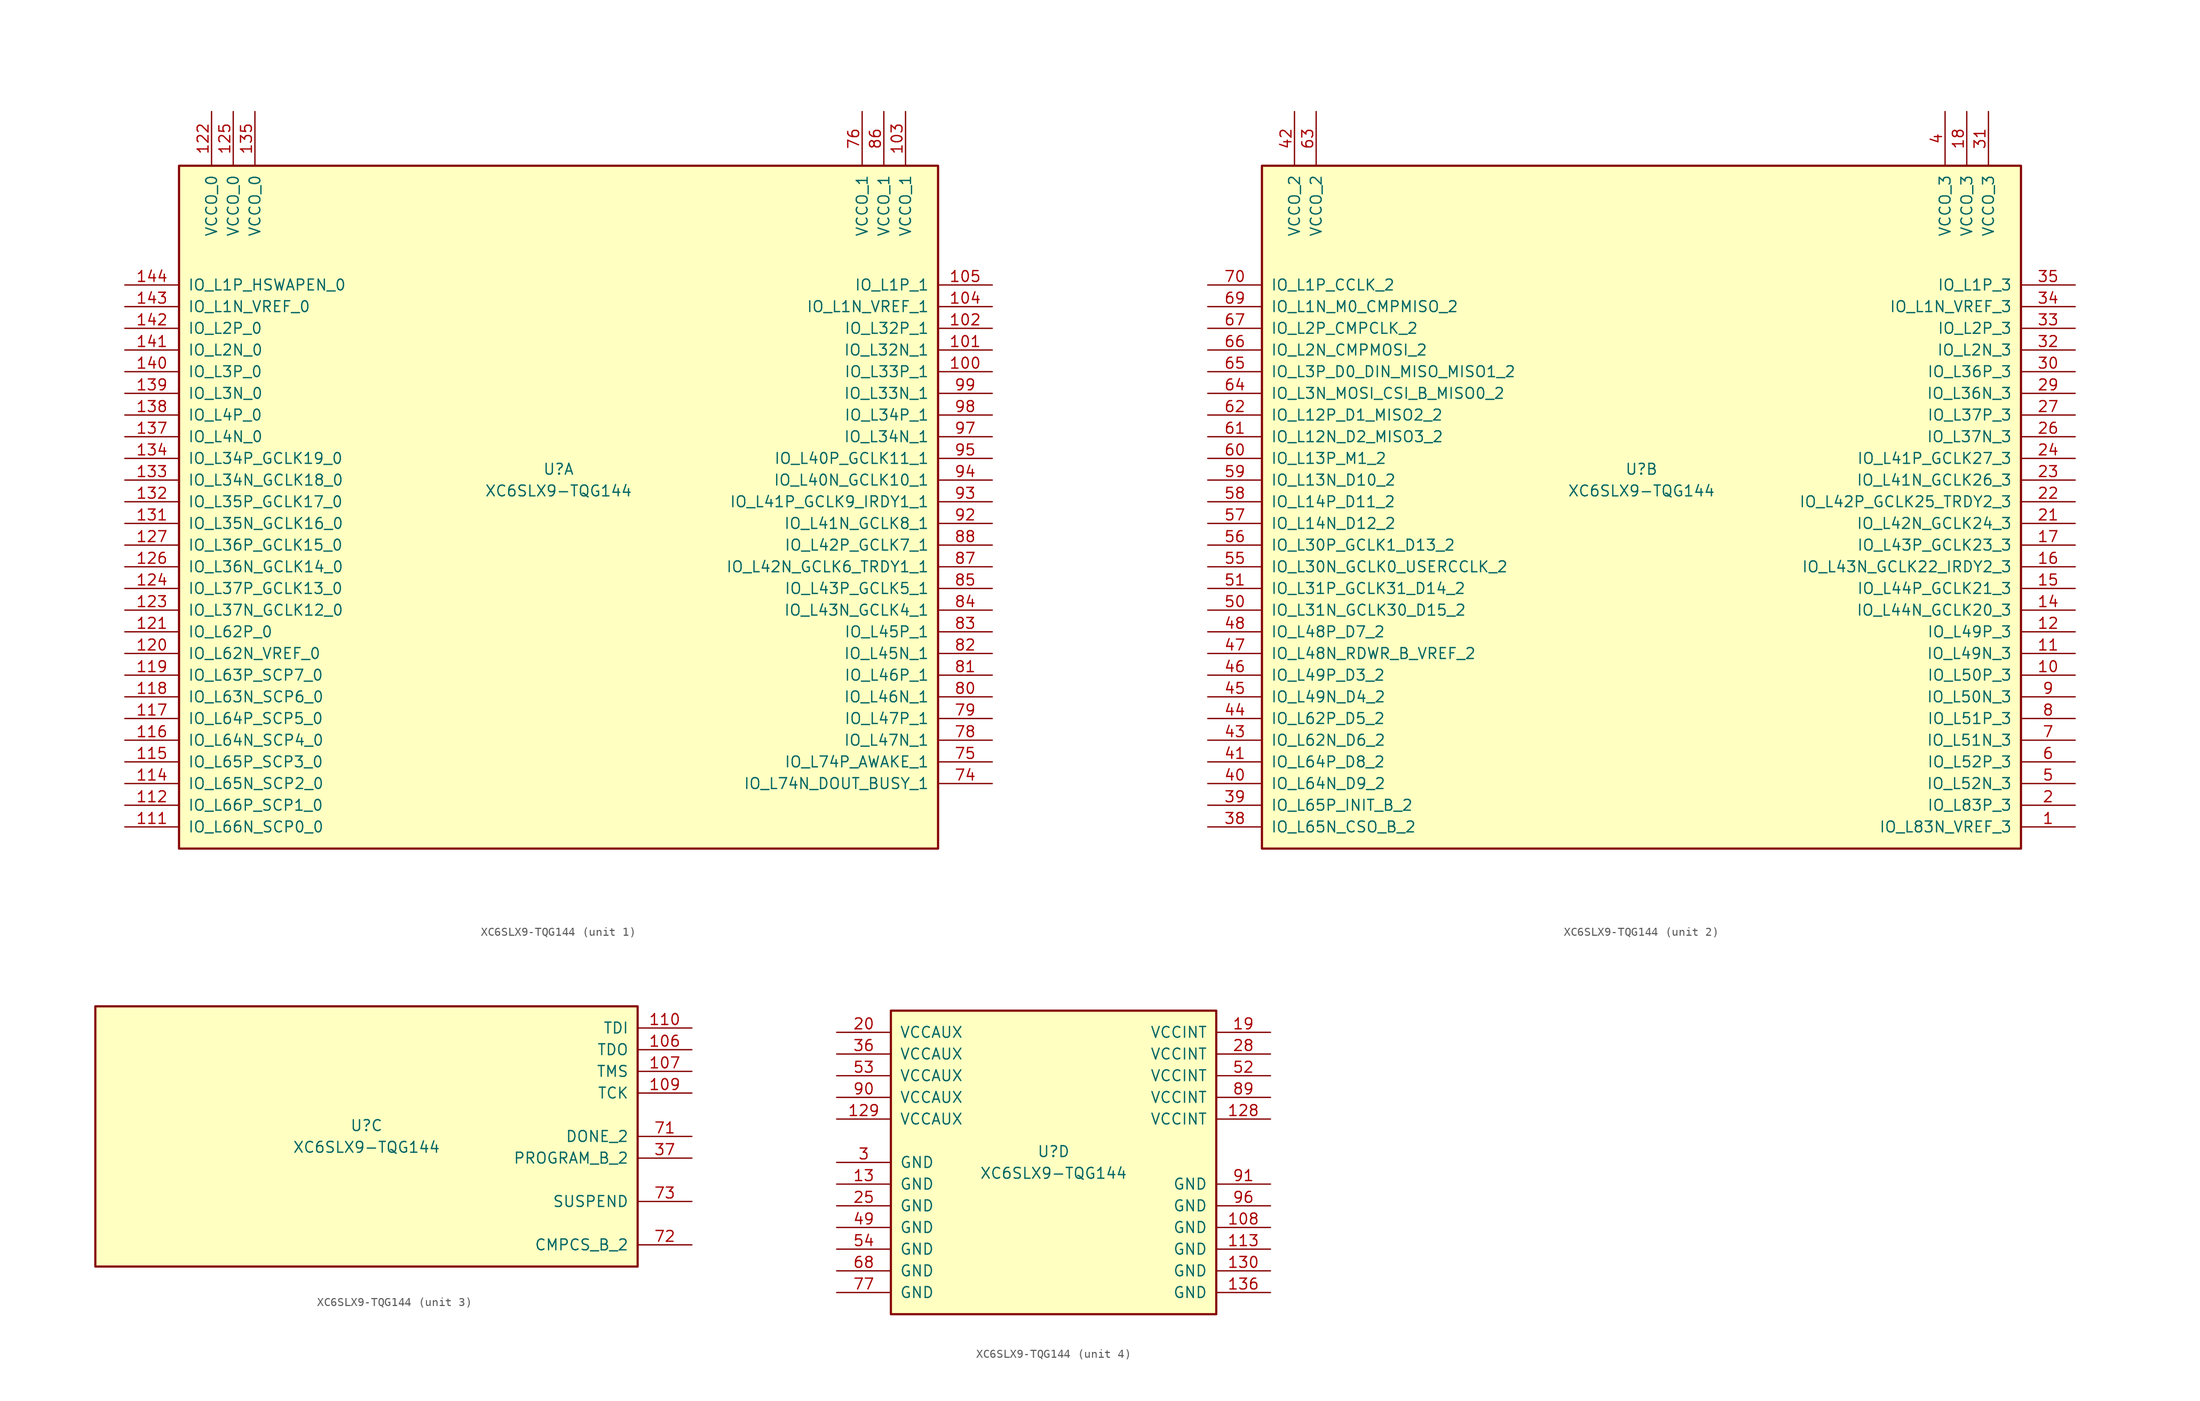
<source format=kicad_sym>
(kicad_symbol_lib
  (version 20220914)
  (generator kicad_symbol_editor)
  (symbol "XC6SLX9-TQG144"
    (pin_names
      (offset 1.016))
    (property "Reference" "U"
      (at 0 1.27 0)
      (effects (font (size 1.27 1.27))))
    (property "Value" "XC6SLX9-TQG144"
      (at 0 -1.27 0)
      (effects (font (size 1.27 1.27))))
    (property "Datasheet" ""
      (at 0 0 0)
      (effects (font (size 1.27 1.27))))
    (property "ki_locked" ""
      (at 0 0 0)
      (effects (font (size 1.27 1.27))))
    (symbol "XC6SLX9-TQG144_1_1"
      (rectangle (start -44.45 36.83) (end 44.45 -43.18) (stroke (width 0.254) (type default)) (fill (type background)))
      (pin bidirectional line (at 50.8 12.7 180) (length 6.35) (name "IO_L33P_1" (effects (font (size 1.27 1.27)))) (number "100" (effects (font (size 1.27 1.27)))))
      (pin bidirectional line (at 50.8 15.24 180) (length 6.35) (name "IO_L32N_1" (effects (font (size 1.27 1.27)))) (number "101" (effects (font (size 1.27 1.27)))))
      (pin bidirectional line (at 50.8 17.78 180) (length 6.35) (name "IO_L32P_1" (effects (font (size 1.27 1.27)))) (number "102" (effects (font (size 1.27 1.27)))))
      (pin power_in line (at 40.64 43.18 270) (length 6.35) (name "VCCO_1" (effects (font (size 1.27 1.27)))) (number "103" (effects (font (size 1.27 1.27)))))
      (pin bidirectional line (at 50.8 20.32 180) (length 6.35) (name "IO_L1N_VREF_1" (effects (font (size 1.27 1.27)))) (number "104" (effects (font (size 1.27 1.27)))))
      (pin bidirectional line (at 50.8 22.86 180) (length 6.35) (name "IO_L1P_1" (effects (font (size 1.27 1.27)))) (number "105" (effects (font (size 1.27 1.27)))))
      (pin bidirectional line (at -50.8 -40.64 0) (length 6.35) (name "IO_L66N_SCP0_0" (effects (font (size 1.27 1.27)))) (number "111" (effects (font (size 1.27 1.27)))))
      (pin bidirectional line (at -50.8 -38.1 0) (length 6.35) (name "IO_L66P_SCP1_0" (effects (font (size 1.27 1.27)))) (number "112" (effects (font (size 1.27 1.27)))))
      (pin bidirectional line (at -50.8 -35.56 0) (length 6.35) (name "IO_L65N_SCP2_0" (effects (font (size 1.27 1.27)))) (number "114" (effects (font (size 1.27 1.27)))))
      (pin bidirectional line (at -50.8 -33.02 0) (length 6.35) (name "IO_L65P_SCP3_0" (effects (font (size 1.27 1.27)))) (number "115" (effects (font (size 1.27 1.27)))))
      (pin bidirectional line (at -50.8 -30.48 0) (length 6.35) (name "IO_L64N_SCP4_0" (effects (font (size 1.27 1.27)))) (number "116" (effects (font (size 1.27 1.27)))))
      (pin bidirectional line (at -50.8 -27.94 0) (length 6.35) (name "IO_L64P_SCP5_0" (effects (font (size 1.27 1.27)))) (number "117" (effects (font (size 1.27 1.27)))))
      (pin bidirectional line (at -50.8 -25.4 0) (length 6.35) (name "IO_L63N_SCP6_0" (effects (font (size 1.27 1.27)))) (number "118" (effects (font (size 1.27 1.27)))))
      (pin bidirectional line (at -50.8 -22.86 0) (length 6.35) (name "IO_L63P_SCP7_0" (effects (font (size 1.27 1.27)))) (number "119" (effects (font (size 1.27 1.27)))))
      (pin bidirectional line (at -50.8 -20.32 0) (length 6.35) (name "IO_L62N_VREF_0" (effects (font (size 1.27 1.27)))) (number "120" (effects (font (size 1.27 1.27)))))
      (pin bidirectional line (at -50.8 -17.78 0) (length 6.35) (name "IO_L62P_0" (effects (font (size 1.27 1.27)))) (number "121" (effects (font (size 1.27 1.27)))))
      (pin power_in line (at -40.64 43.18 270) (length 6.35) (name "VCCO_0" (effects (font (size 1.27 1.27)))) (number "122" (effects (font (size 1.27 1.27)))))
      (pin bidirectional line (at -50.8 -15.24 0) (length 6.35) (name "IO_L37N_GCLK12_0" (effects (font (size 1.27 1.27)))) (number "123" (effects (font (size 1.27 1.27)))))
      (pin bidirectional line (at -50.8 -12.7 0) (length 6.35) (name "IO_L37P_GCLK13_0" (effects (font (size 1.27 1.27)))) (number "124" (effects (font (size 1.27 1.27)))))
      (pin power_in line (at -38.1 43.18 270) (length 6.35) (name "VCCO_0" (effects (font (size 1.27 1.27)))) (number "125" (effects (font (size 1.27 1.27)))))
      (pin bidirectional line (at -50.8 -10.16 0) (length 6.35) (name "IO_L36N_GCLK14_0" (effects (font (size 1.27 1.27)))) (number "126" (effects (font (size 1.27 1.27)))))
      (pin bidirectional line (at -50.8 -7.62 0) (length 6.35) (name "IO_L36P_GCLK15_0" (effects (font (size 1.27 1.27)))) (number "127" (effects (font (size 1.27 1.27)))))
      (pin bidirectional line (at -50.8 -5.08 0) (length 6.35) (name "IO_L35N_GCLK16_0" (effects (font (size 1.27 1.27)))) (number "131" (effects (font (size 1.27 1.27)))))
      (pin bidirectional line (at -50.8 -2.54 0) (length 6.35) (name "IO_L35P_GCLK17_0" (effects (font (size 1.27 1.27)))) (number "132" (effects (font (size 1.27 1.27)))))
      (pin bidirectional line (at -50.8 0 0) (length 6.35) (name "IO_L34N_GCLK18_0" (effects (font (size 1.27 1.27)))) (number "133" (effects (font (size 1.27 1.27)))))
      (pin bidirectional line (at -50.8 2.54 0) (length 6.35) (name "IO_L34P_GCLK19_0" (effects (font (size 1.27 1.27)))) (number "134" (effects (font (size 1.27 1.27)))))
      (pin power_in line (at -35.56 43.18 270) (length 6.35) (name "VCCO_0" (effects (font (size 1.27 1.27)))) (number "135" (effects (font (size 1.27 1.27)))))
      (pin bidirectional line (at -50.8 5.08 0) (length 6.35) (name "IO_L4N_0" (effects (font (size 1.27 1.27)))) (number "137" (effects (font (size 1.27 1.27)))))
      (pin bidirectional line (at -50.8 7.62 0) (length 6.35) (name "IO_L4P_0" (effects (font (size 1.27 1.27)))) (number "138" (effects (font (size 1.27 1.27)))))
      (pin bidirectional line (at -50.8 10.16 0) (length 6.35) (name "IO_L3N_0" (effects (font (size 1.27 1.27)))) (number "139" (effects (font (size 1.27 1.27)))))
      (pin bidirectional line (at -50.8 12.7 0) (length 6.35) (name "IO_L3P_0" (effects (font (size 1.27 1.27)))) (number "140" (effects (font (size 1.27 1.27)))))
      (pin bidirectional line (at -50.8 15.24 0) (length 6.35) (name "IO_L2N_0" (effects (font (size 1.27 1.27)))) (number "141" (effects (font (size 1.27 1.27)))))
      (pin bidirectional line (at -50.8 17.78 0) (length 6.35) (name "IO_L2P_0" (effects (font (size 1.27 1.27)))) (number "142" (effects (font (size 1.27 1.27)))))
      (pin bidirectional line (at -50.8 20.32 0) (length 6.35) (name "IO_L1N_VREF_0" (effects (font (size 1.27 1.27)))) (number "143" (effects (font (size 1.27 1.27)))))
      (pin bidirectional line (at -50.8 22.86 0) (length 6.35) (name "IO_L1P_HSWAPEN_0" (effects (font (size 1.27 1.27)))) (number "144" (effects (font (size 1.27 1.27)))))
      (pin bidirectional line (at 50.8 -35.56 180) (length 6.35) (name "IO_L74N_DOUT_BUSY_1" (effects (font (size 1.27 1.27)))) (number "74" (effects (font (size 1.27 1.27)))))
      (pin bidirectional line (at 50.8 -33.02 180) (length 6.35) (name "IO_L74P_AWAKE_1" (effects (font (size 1.27 1.27)))) (number "75" (effects (font (size 1.27 1.27)))))
      (pin power_in line (at 35.56 43.18 270) (length 6.35) (name "VCCO_1" (effects (font (size 1.27 1.27)))) (number "76" (effects (font (size 1.27 1.27)))))
      (pin bidirectional line (at 50.8 -30.48 180) (length 6.35) (name "IO_L47N_1" (effects (font (size 1.27 1.27)))) (number "78" (effects (font (size 1.27 1.27)))))
      (pin bidirectional line (at 50.8 -27.94 180) (length 6.35) (name "IO_L47P_1" (effects (font (size 1.27 1.27)))) (number "79" (effects (font (size 1.27 1.27)))))
      (pin bidirectional line (at 50.8 -25.4 180) (length 6.35) (name "IO_L46N_1" (effects (font (size 1.27 1.27)))) (number "80" (effects (font (size 1.27 1.27)))))
      (pin bidirectional line (at 50.8 -22.86 180) (length 6.35) (name "IO_L46P_1" (effects (font (size 1.27 1.27)))) (number "81" (effects (font (size 1.27 1.27)))))
      (pin bidirectional line (at 50.8 -20.32 180) (length 6.35) (name "IO_L45N_1" (effects (font (size 1.27 1.27)))) (number "82" (effects (font (size 1.27 1.27)))))
      (pin bidirectional line (at 50.8 -17.78 180) (length 6.35) (name "IO_L45P_1" (effects (font (size 1.27 1.27)))) (number "83" (effects (font (size 1.27 1.27)))))
      (pin bidirectional line (at 50.8 -15.24 180) (length 6.35) (name "IO_L43N_GCLK4_1" (effects (font (size 1.27 1.27)))) (number "84" (effects (font (size 1.27 1.27)))))
      (pin bidirectional line (at 50.8 -12.7 180) (length 6.35) (name "IO_L43P_GCLK5_1" (effects (font (size 1.27 1.27)))) (number "85" (effects (font (size 1.27 1.27)))))
      (pin power_in line (at 38.1 43.18 270) (length 6.35) (name "VCCO_1" (effects (font (size 1.27 1.27)))) (number "86" (effects (font (size 1.27 1.27)))))
      (pin bidirectional line (at 50.8 -10.16 180) (length 6.35) (name "IO_L42N_GCLK6_TRDY1_1" (effects (font (size 1.27 1.27)))) (number "87" (effects (font (size 1.27 1.27)))))
      (pin bidirectional line (at 50.8 -7.62 180) (length 6.35) (name "IO_L42P_GCLK7_1" (effects (font (size 1.27 1.27)))) (number "88" (effects (font (size 1.27 1.27)))))
      (pin bidirectional line (at 50.8 -5.08 180) (length 6.35) (name "IO_L41N_GCLK8_1" (effects (font (size 1.27 1.27)))) (number "92" (effects (font (size 1.27 1.27)))))
      (pin bidirectional line (at 50.8 -2.54 180) (length 6.35) (name "IO_L41P_GCLK9_IRDY1_1" (effects (font (size 1.27 1.27)))) (number "93" (effects (font (size 1.27 1.27)))))
      (pin bidirectional line (at 50.8 0 180) (length 6.35) (name "IO_L40N_GCLK10_1" (effects (font (size 1.27 1.27)))) (number "94" (effects (font (size 1.27 1.27)))))
      (pin bidirectional line (at 50.8 2.54 180) (length 6.35) (name "IO_L40P_GCLK11_1" (effects (font (size 1.27 1.27)))) (number "95" (effects (font (size 1.27 1.27)))))
      (pin bidirectional line (at 50.8 5.08 180) (length 6.35) (name "IO_L34N_1" (effects (font (size 1.27 1.27)))) (number "97" (effects (font (size 1.27 1.27)))))
      (pin bidirectional line (at 50.8 7.62 180) (length 6.35) (name "IO_L34P_1" (effects (font (size 1.27 1.27)))) (number "98" (effects (font (size 1.27 1.27)))))
      (pin bidirectional line (at 50.8 10.16 180) (length 6.35) (name "IO_L33N_1" (effects (font (size 1.27 1.27)))) (number "99" (effects (font (size 1.27 1.27))))))
    (symbol "XC6SLX9-TQG144_2_1"
      (rectangle (start -44.45 36.83) (end 44.45 -43.18) (stroke (width 0.254) (type default)) (fill (type background)))
      (pin bidirectional line (at 50.8 -40.64 180) (length 6.35) (name "IO_L83N_VREF_3" (effects (font (size 1.27 1.27)))) (number "1" (effects (font (size 1.27 1.27)))))
      (pin bidirectional line (at 50.8 -22.86 180) (length 6.35) (name "IO_L50P_3" (effects (font (size 1.27 1.27)))) (number "10" (effects (font (size 1.27 1.27)))))
      (pin bidirectional line (at 50.8 -20.32 180) (length 6.35) (name "IO_L49N_3" (effects (font (size 1.27 1.27)))) (number "11" (effects (font (size 1.27 1.27)))))
      (pin bidirectional line (at 50.8 -17.78 180) (length 6.35) (name "IO_L49P_3" (effects (font (size 1.27 1.27)))) (number "12" (effects (font (size 1.27 1.27)))))
      (pin bidirectional line (at 50.8 -15.24 180) (length 6.35) (name "IO_L44N_GCLK20_3" (effects (font (size 1.27 1.27)))) (number "14" (effects (font (size 1.27 1.27)))))
      (pin bidirectional line (at 50.8 -12.7 180) (length 6.35) (name "IO_L44P_GCLK21_3" (effects (font (size 1.27 1.27)))) (number "15" (effects (font (size 1.27 1.27)))))
      (pin bidirectional line (at 50.8 -10.16 180) (length 6.35) (name "IO_L43N_GCLK22_IRDY2_3" (effects (font (size 1.27 1.27)))) (number "16" (effects (font (size 1.27 1.27)))))
      (pin bidirectional line (at 50.8 -7.62 180) (length 6.35) (name "IO_L43P_GCLK23_3" (effects (font (size 1.27 1.27)))) (number "17" (effects (font (size 1.27 1.27)))))
      (pin power_in line (at 38.1 43.18 270) (length 6.35) (name "VCCO_3" (effects (font (size 1.27 1.27)))) (number "18" (effects (font (size 1.27 1.27)))))
      (pin bidirectional line (at 50.8 -38.1 180) (length 6.35) (name "IO_L83P_3" (effects (font (size 1.27 1.27)))) (number "2" (effects (font (size 1.27 1.27)))))
      (pin bidirectional line (at 50.8 -5.08 180) (length 6.35) (name "IO_L42N_GCLK24_3" (effects (font (size 1.27 1.27)))) (number "21" (effects (font (size 1.27 1.27)))))
      (pin bidirectional line (at 50.8 -2.54 180) (length 6.35) (name "IO_L42P_GCLK25_TRDY2_3" (effects (font (size 1.27 1.27)))) (number "22" (effects (font (size 1.27 1.27)))))
      (pin bidirectional line (at 50.8 0 180) (length 6.35) (name "IO_L41N_GCLK26_3" (effects (font (size 1.27 1.27)))) (number "23" (effects (font (size 1.27 1.27)))))
      (pin bidirectional line (at 50.8 2.54 180) (length 6.35) (name "IO_L41P_GCLK27_3" (effects (font (size 1.27 1.27)))) (number "24" (effects (font (size 1.27 1.27)))))
      (pin bidirectional line (at 50.8 5.08 180) (length 6.35) (name "IO_L37N_3" (effects (font (size 1.27 1.27)))) (number "26" (effects (font (size 1.27 1.27)))))
      (pin bidirectional line (at 50.8 7.62 180) (length 6.35) (name "IO_L37P_3" (effects (font (size 1.27 1.27)))) (number "27" (effects (font (size 1.27 1.27)))))
      (pin bidirectional line (at 50.8 10.16 180) (length 6.35) (name "IO_L36N_3" (effects (font (size 1.27 1.27)))) (number "29" (effects (font (size 1.27 1.27)))))
      (pin bidirectional line (at 50.8 12.7 180) (length 6.35) (name "IO_L36P_3" (effects (font (size 1.27 1.27)))) (number "30" (effects (font (size 1.27 1.27)))))
      (pin power_in line (at 40.64 43.18 270) (length 6.35) (name "VCCO_3" (effects (font (size 1.27 1.27)))) (number "31" (effects (font (size 1.27 1.27)))))
      (pin bidirectional line (at 50.8 15.24 180) (length 6.35) (name "IO_L2N_3" (effects (font (size 1.27 1.27)))) (number "32" (effects (font (size 1.27 1.27)))))
      (pin bidirectional line (at 50.8 17.78 180) (length 6.35) (name "IO_L2P_3" (effects (font (size 1.27 1.27)))) (number "33" (effects (font (size 1.27 1.27)))))
      (pin bidirectional line (at 50.8 20.32 180) (length 6.35) (name "IO_L1N_VREF_3" (effects (font (size 1.27 1.27)))) (number "34" (effects (font (size 1.27 1.27)))))
      (pin bidirectional line (at 50.8 22.86 180) (length 6.35) (name "IO_L1P_3" (effects (font (size 1.27 1.27)))) (number "35" (effects (font (size 1.27 1.27)))))
      (pin bidirectional line (at -50.8 -40.64 0) (length 6.35) (name "IO_L65N_CSO_B_2" (effects (font (size 1.27 1.27)))) (number "38" (effects (font (size 1.27 1.27)))))
      (pin bidirectional line (at -50.8 -38.1 0) (length 6.35) (name "IO_L65P_INIT_B_2" (effects (font (size 1.27 1.27)))) (number "39" (effects (font (size 1.27 1.27)))))
      (pin power_in line (at 35.56 43.18 270) (length 6.35) (name "VCCO_3" (effects (font (size 1.27 1.27)))) (number "4" (effects (font (size 1.27 1.27)))))
      (pin bidirectional line (at -50.8 -35.56 0) (length 6.35) (name "IO_L64N_D9_2" (effects (font (size 1.27 1.27)))) (number "40" (effects (font (size 1.27 1.27)))))
      (pin bidirectional line (at -50.8 -33.02 0) (length 6.35) (name "IO_L64P_D8_2" (effects (font (size 1.27 1.27)))) (number "41" (effects (font (size 1.27 1.27)))))
      (pin power_in line (at -40.64 43.18 270) (length 6.35) (name "VCCO_2" (effects (font (size 1.27 1.27)))) (number "42" (effects (font (size 1.27 1.27)))))
      (pin bidirectional line (at -50.8 -30.48 0) (length 6.35) (name "IO_L62N_D6_2" (effects (font (size 1.27 1.27)))) (number "43" (effects (font (size 1.27 1.27)))))
      (pin bidirectional line (at -50.8 -27.94 0) (length 6.35) (name "IO_L62P_D5_2" (effects (font (size 1.27 1.27)))) (number "44" (effects (font (size 1.27 1.27)))))
      (pin bidirectional line (at -50.8 -25.4 0) (length 6.35) (name "IO_L49N_D4_2" (effects (font (size 1.27 1.27)))) (number "45" (effects (font (size 1.27 1.27)))))
      (pin bidirectional line (at -50.8 -22.86 0) (length 6.35) (name "IO_L49P_D3_2" (effects (font (size 1.27 1.27)))) (number "46" (effects (font (size 1.27 1.27)))))
      (pin bidirectional line (at -50.8 -20.32 0) (length 6.35) (name "IO_L48N_RDWR_B_VREF_2" (effects (font (size 1.27 1.27)))) (number "47" (effects (font (size 1.27 1.27)))))
      (pin bidirectional line (at -50.8 -17.78 0) (length 6.35) (name "IO_L48P_D7_2" (effects (font (size 1.27 1.27)))) (number "48" (effects (font (size 1.27 1.27)))))
      (pin bidirectional line (at 50.8 -35.56 180) (length 6.35) (name "IO_L52N_3" (effects (font (size 1.27 1.27)))) (number "5" (effects (font (size 1.27 1.27)))))
      (pin bidirectional line (at -50.8 -15.24 0) (length 6.35) (name "IO_L31N_GCLK30_D15_2" (effects (font (size 1.27 1.27)))) (number "50" (effects (font (size 1.27 1.27)))))
      (pin bidirectional line (at -50.8 -12.7 0) (length 6.35) (name "IO_L31P_GCLK31_D14_2" (effects (font (size 1.27 1.27)))) (number "51" (effects (font (size 1.27 1.27)))))
      (pin bidirectional line (at -50.8 -10.16 0) (length 6.35) (name "IO_L30N_GCLK0_USERCCLK_2" (effects (font (size 1.27 1.27)))) (number "55" (effects (font (size 1.27 1.27)))))
      (pin bidirectional line (at -50.8 -7.62 0) (length 6.35) (name "IO_L30P_GCLK1_D13_2" (effects (font (size 1.27 1.27)))) (number "56" (effects (font (size 1.27 1.27)))))
      (pin bidirectional line (at -50.8 -5.08 0) (length 6.35) (name "IO_L14N_D12_2" (effects (font (size 1.27 1.27)))) (number "57" (effects (font (size 1.27 1.27)))))
      (pin bidirectional line (at -50.8 -2.54 0) (length 6.35) (name "IO_L14P_D11_2" (effects (font (size 1.27 1.27)))) (number "58" (effects (font (size 1.27 1.27)))))
      (pin bidirectional line (at -50.8 0 0) (length 6.35) (name "IO_L13N_D10_2" (effects (font (size 1.27 1.27)))) (number "59" (effects (font (size 1.27 1.27)))))
      (pin bidirectional line (at 50.8 -33.02 180) (length 6.35) (name "IO_L52P_3" (effects (font (size 1.27 1.27)))) (number "6" (effects (font (size 1.27 1.27)))))
      (pin bidirectional line (at -50.8 2.54 0) (length 6.35) (name "IO_L13P_M1_2" (effects (font (size 1.27 1.27)))) (number "60" (effects (font (size 1.27 1.27)))))
      (pin bidirectional line (at -50.8 5.08 0) (length 6.35) (name "IO_L12N_D2_MISO3_2" (effects (font (size 1.27 1.27)))) (number "61" (effects (font (size 1.27 1.27)))))
      (pin bidirectional line (at -50.8 7.62 0) (length 6.35) (name "IO_L12P_D1_MISO2_2" (effects (font (size 1.27 1.27)))) (number "62" (effects (font (size 1.27 1.27)))))
      (pin power_in line (at -38.1 43.18 270) (length 6.35) (name "VCCO_2" (effects (font (size 1.27 1.27)))) (number "63" (effects (font (size 1.27 1.27)))))
      (pin bidirectional line (at -50.8 10.16 0) (length 6.35) (name "IO_L3N_MOSI_CSI_B_MISO0_2" (effects (font (size 1.27 1.27)))) (number "64" (effects (font (size 1.27 1.27)))))
      (pin bidirectional line (at -50.8 12.7 0) (length 6.35) (name "IO_L3P_D0_DIN_MISO_MISO1_2" (effects (font (size 1.27 1.27)))) (number "65" (effects (font (size 1.27 1.27)))))
      (pin bidirectional line (at -50.8 15.24 0) (length 6.35) (name "IO_L2N_CMPMOSI_2" (effects (font (size 1.27 1.27)))) (number "66" (effects (font (size 1.27 1.27)))))
      (pin bidirectional line (at -50.8 17.78 0) (length 6.35) (name "IO_L2P_CMPCLK_2" (effects (font (size 1.27 1.27)))) (number "67" (effects (font (size 1.27 1.27)))))
      (pin bidirectional line (at -50.8 20.32 0) (length 6.35) (name "IO_L1N_M0_CMPMISO_2" (effects (font (size 1.27 1.27)))) (number "69" (effects (font (size 1.27 1.27)))))
      (pin bidirectional line (at 50.8 -30.48 180) (length 6.35) (name "IO_L51N_3" (effects (font (size 1.27 1.27)))) (number "7" (effects (font (size 1.27 1.27)))))
      (pin bidirectional line (at -50.8 22.86 0) (length 6.35) (name "IO_L1P_CCLK_2" (effects (font (size 1.27 1.27)))) (number "70" (effects (font (size 1.27 1.27)))))
      (pin bidirectional line (at 50.8 -27.94 180) (length 6.35) (name "IO_L51P_3" (effects (font (size 1.27 1.27)))) (number "8" (effects (font (size 1.27 1.27)))))
      (pin bidirectional line (at 50.8 -25.4 180) (length 6.35) (name "IO_L50N_3" (effects (font (size 1.27 1.27)))) (number "9" (effects (font (size 1.27 1.27))))))
    (symbol "XC6SLX9-TQG144_3_1"
      (rectangle (start -31.75 15.24) (end 31.75 -15.24) (stroke (width 0.254) (type default)) (fill (type background)))
      (pin bidirectional line (at 38.1 10.16 180) (length 6.35) (name "TDO" (effects (font (size 1.27 1.27)))) (number "106" (effects (font (size 1.27 1.27)))))
      (pin bidirectional line (at 38.1 7.62 180) (length 6.35) (name "TMS" (effects (font (size 1.27 1.27)))) (number "107" (effects (font (size 1.27 1.27)))))
      (pin bidirectional line (at 38.1 5.08 180) (length 6.35) (name "TCK" (effects (font (size 1.27 1.27)))) (number "109" (effects (font (size 1.27 1.27)))))
      (pin bidirectional line (at 38.1 12.7 180) (length 6.35) (name "TDI" (effects (font (size 1.27 1.27)))) (number "110" (effects (font (size 1.27 1.27)))))
      (pin bidirectional line (at 38.1 -2.54 180) (length 6.35) (name "PROGRAM_B_2" (effects (font (size 1.27 1.27)))) (number "37" (effects (font (size 1.27 1.27)))))
      (pin bidirectional line (at 38.1 0 180) (length 6.35) (name "DONE_2" (effects (font (size 1.27 1.27)))) (number "71" (effects (font (size 1.27 1.27)))))
      (pin bidirectional line (at 38.1 -12.7 180) (length 6.35) (name "CMPCS_B_2" (effects (font (size 1.27 1.27)))) (number "72" (effects (font (size 1.27 1.27)))))
      (pin bidirectional line (at 38.1 -7.62 180) (length 6.35) (name "SUSPEND" (effects (font (size 1.27 1.27)))) (number "73" (effects (font (size 1.27 1.27))))))
    (symbol "XC6SLX9-TQG144_4_1"
      (rectangle (start -19.05 17.78) (end 19.05 -17.78) (stroke (width 0.254) (type default)) (fill (type background)))
      (pin power_in line (at 25.4 -7.62 180) (length 6.35) (name "GND" (effects (font (size 1.27 1.27)))) (number "108" (effects (font (size 1.27 1.27)))))
      (pin power_in line (at 25.4 -10.16 180) (length 6.35) (name "GND" (effects (font (size 1.27 1.27)))) (number "113" (effects (font (size 1.27 1.27)))))
      (pin power_in line (at 25.4 5.08 180) (length 6.35) (name "VCCINT" (effects (font (size 1.27 1.27)))) (number "128" (effects (font (size 1.27 1.27)))))
      (pin power_in line (at -25.4 5.08 0) (length 6.35) (name "VCCAUX" (effects (font (size 1.27 1.27)))) (number "129" (effects (font (size 1.27 1.27)))))
      (pin power_in line (at -25.4 -2.54 0) (length 6.35) (name "GND" (effects (font (size 1.27 1.27)))) (number "13" (effects (font (size 1.27 1.27)))))
      (pin power_in line (at 25.4 -12.7 180) (length 6.35) (name "GND" (effects (font (size 1.27 1.27)))) (number "130" (effects (font (size 1.27 1.27)))))
      (pin power_in line (at 25.4 -15.24 180) (length 6.35) (name "GND" (effects (font (size 1.27 1.27)))) (number "136" (effects (font (size 1.27 1.27)))))
      (pin power_in line (at 25.4 15.24 180) (length 6.35) (name "VCCINT" (effects (font (size 1.27 1.27)))) (number "19" (effects (font (size 1.27 1.27)))))
      (pin power_in line (at -25.4 15.24 0) (length 6.35) (name "VCCAUX" (effects (font (size 1.27 1.27)))) (number "20" (effects (font (size 1.27 1.27)))))
      (pin power_in line (at -25.4 -5.08 0) (length 6.35) (name "GND" (effects (font (size 1.27 1.27)))) (number "25" (effects (font (size 1.27 1.27)))))
      (pin power_in line (at 25.4 12.7 180) (length 6.35) (name "VCCINT" (effects (font (size 1.27 1.27)))) (number "28" (effects (font (size 1.27 1.27)))))
      (pin power_in line (at -25.4 0 0) (length 6.35) (name "GND" (effects (font (size 1.27 1.27)))) (number "3" (effects (font (size 1.27 1.27)))))
      (pin power_in line (at -25.4 12.7 0) (length 6.35) (name "VCCAUX" (effects (font (size 1.27 1.27)))) (number "36" (effects (font (size 1.27 1.27)))))
      (pin power_in line (at -25.4 -7.62 0) (length 6.35) (name "GND" (effects (font (size 1.27 1.27)))) (number "49" (effects (font (size 1.27 1.27)))))
      (pin power_in line (at 25.4 10.16 180) (length 6.35) (name "VCCINT" (effects (font (size 1.27 1.27)))) (number "52" (effects (font (size 1.27 1.27)))))
      (pin power_in line (at -25.4 10.16 0) (length 6.35) (name "VCCAUX" (effects (font (size 1.27 1.27)))) (number "53" (effects (font (size 1.27 1.27)))))
      (pin power_in line (at -25.4 -10.16 0) (length 6.35) (name "GND" (effects (font (size 1.27 1.27)))) (number "54" (effects (font (size 1.27 1.27)))))
      (pin power_in line (at -25.4 -12.7 0) (length 6.35) (name "GND" (effects (font (size 1.27 1.27)))) (number "68" (effects (font (size 1.27 1.27)))))
      (pin power_in line (at -25.4 -15.24 0) (length 6.35) (name "GND" (effects (font (size 1.27 1.27)))) (number "77" (effects (font (size 1.27 1.27)))))
      (pin power_in line (at 25.4 7.62 180) (length 6.35) (name "VCCINT" (effects (font (size 1.27 1.27)))) (number "89" (effects (font (size 1.27 1.27)))))
      (pin power_in line (at -25.4 7.62 0) (length 6.35) (name "VCCAUX" (effects (font (size 1.27 1.27)))) (number "90" (effects (font (size 1.27 1.27)))))
      (pin power_in line (at 25.4 -2.54 180) (length 6.35) (name "GND" (effects (font (size 1.27 1.27)))) (number "91" (effects (font (size 1.27 1.27)))))
      (pin power_in line (at 25.4 -5.08 180) (length 6.35) (name "GND" (effects (font (size 1.27 1.27)))) (number "96" (effects (font (size 1.27 1.27))))))))
</source>
